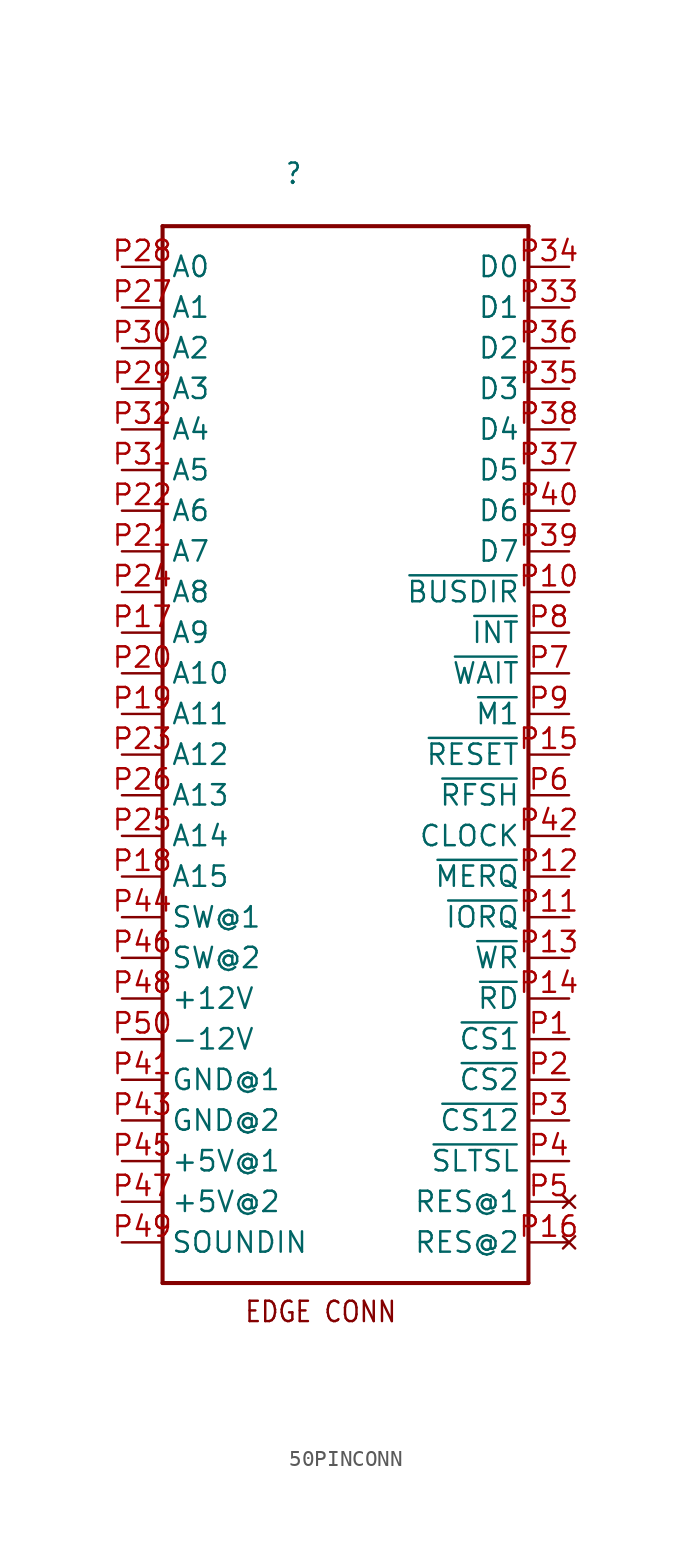
<source format=kicad_sym>
(kicad_symbol_lib
  (version 20211014)
  (generator kicad_symbol_editor)
  (symbol "50PINCONN"
    (property "Reference" ""
      (at -3.81 35.56 0)
      (effects (font (size 1.27 1.079)) (justify left bottom)))
    (property "ki_locked" ""
      (at 0 0 0)
      (effects (font (size 1.27 1.27))))
    (symbol "50PINCONN_1_0"
      (polyline (pts (xy -11.43 -33.02) (xy -11.43 33.02)) (stroke (width 0.254) (type default) (color 0 0 0 0)) (fill (type none)))
      (polyline (pts (xy -11.43 33.02) (xy 11.43 33.02)) (stroke (width 0.254) (type default) (color 0 0 0 0)) (fill (type none)))
      (polyline (pts (xy 11.43 -33.02) (xy -11.43 -33.02)) (stroke (width 0.254) (type default) (color 0 0 0 0)) (fill (type none)))
      (polyline (pts (xy 11.43 33.02) (xy 11.43 -33.02)) (stroke (width 0.254) (type default) (color 0 0 0 0)) (fill (type none)))
      (text "EDGE CONN" (at -6.35 -35.56 0) (effects (font (size 1.27 1.079)) (justify left bottom)))
      (pin output line (at 13.97 -17.78 180) (length 2.54) (name "~{CS1}" (effects (font (size 1.27 1.27)))) (number "P1" (effects (font (size 1.27 1.27)))))
      (pin input line (at 13.97 10.16 180) (length 2.54) (name "~{BUSDIR}" (effects (font (size 1.27 1.27)))) (number "P10" (effects (font (size 1.27 1.27)))))
      (pin output line (at 13.97 -10.16 180) (length 2.54) (name "~{IORQ}" (effects (font (size 1.27 1.27)))) (number "P11" (effects (font (size 1.27 1.27)))))
      (pin output line (at 13.97 -7.62 180) (length 2.54) (name "~{MERQ}" (effects (font (size 1.27 1.27)))) (number "P12" (effects (font (size 1.27 1.27)))))
      (pin output line (at 13.97 -12.7 180) (length 2.54) (name "~{WR}" (effects (font (size 1.27 1.27)))) (number "P13" (effects (font (size 1.27 1.27)))))
      (pin output line (at 13.97 -15.24 180) (length 2.54) (name "~{RD}" (effects (font (size 1.27 1.27)))) (number "P14" (effects (font (size 1.27 1.27)))))
      (pin output line (at 13.97 0 180) (length 2.54) (name "~{RESET}" (effects (font (size 1.27 1.27)))) (number "P15" (effects (font (size 1.27 1.27)))))
      (pin no_connect line (at 13.97 -30.48 180) (length 2.54) (name "RES@2" (effects (font (size 1.27 1.27)))) (number "P16" (effects (font (size 1.27 1.27)))))
      (pin output line (at -13.97 7.62 0) (length 2.54) (name "A9" (effects (font (size 1.27 1.27)))) (number "P17" (effects (font (size 1.27 1.27)))))
      (pin output line (at -13.97 -7.62 0) (length 2.54) (name "A15" (effects (font (size 1.27 1.27)))) (number "P18" (effects (font (size 1.27 1.27)))))
      (pin output line (at -13.97 2.54 0) (length 2.54) (name "A11" (effects (font (size 1.27 1.27)))) (number "P19" (effects (font (size 1.27 1.27)))))
      (pin output line (at 13.97 -20.32 180) (length 2.54) (name "~{CS2}" (effects (font (size 1.27 1.27)))) (number "P2" (effects (font (size 1.27 1.27)))))
      (pin output line (at -13.97 5.08 0) (length 2.54) (name "A10" (effects (font (size 1.27 1.27)))) (number "P20" (effects (font (size 1.27 1.27)))))
      (pin output line (at -13.97 12.7 0) (length 2.54) (name "A7" (effects (font (size 1.27 1.27)))) (number "P21" (effects (font (size 1.27 1.27)))))
      (pin output line (at -13.97 15.24 0) (length 2.54) (name "A6" (effects (font (size 1.27 1.27)))) (number "P22" (effects (font (size 1.27 1.27)))))
      (pin output line (at -13.97 0 0) (length 2.54) (name "A12" (effects (font (size 1.27 1.27)))) (number "P23" (effects (font (size 1.27 1.27)))))
      (pin output line (at -13.97 10.16 0) (length 2.54) (name "A8" (effects (font (size 1.27 1.27)))) (number "P24" (effects (font (size 1.27 1.27)))))
      (pin output line (at -13.97 -5.08 0) (length 2.54) (name "A14" (effects (font (size 1.27 1.27)))) (number "P25" (effects (font (size 1.27 1.27)))))
      (pin output line (at -13.97 -2.54 0) (length 2.54) (name "A13" (effects (font (size 1.27 1.27)))) (number "P26" (effects (font (size 1.27 1.27)))))
      (pin output line (at -13.97 27.94 0) (length 2.54) (name "A1" (effects (font (size 1.27 1.27)))) (number "P27" (effects (font (size 1.27 1.27)))))
      (pin output line (at -13.97 30.48 0) (length 2.54) (name "A0" (effects (font (size 1.27 1.27)))) (number "P28" (effects (font (size 1.27 1.27)))))
      (pin output line (at -13.97 22.86 0) (length 2.54) (name "A3" (effects (font (size 1.27 1.27)))) (number "P29" (effects (font (size 1.27 1.27)))))
      (pin output line (at 13.97 -22.86 180) (length 2.54) (name "~{CS12}" (effects (font (size 1.27 1.27)))) (number "P3" (effects (font (size 1.27 1.27)))))
      (pin output line (at -13.97 25.4 0) (length 2.54) (name "A2" (effects (font (size 1.27 1.27)))) (number "P30" (effects (font (size 1.27 1.27)))))
      (pin output line (at -13.97 17.78 0) (length 2.54) (name "A5" (effects (font (size 1.27 1.27)))) (number "P31" (effects (font (size 1.27 1.27)))))
      (pin output line (at -13.97 20.32 0) (length 2.54) (name "A4" (effects (font (size 1.27 1.27)))) (number "P32" (effects (font (size 1.27 1.27)))))
      (pin bidirectional line (at 13.97 27.94 180) (length 2.54) (name "D1" (effects (font (size 1.27 1.27)))) (number "P33" (effects (font (size 1.27 1.27)))))
      (pin bidirectional line (at 13.97 30.48 180) (length 2.54) (name "D0" (effects (font (size 1.27 1.27)))) (number "P34" (effects (font (size 1.27 1.27)))))
      (pin bidirectional line (at 13.97 22.86 180) (length 2.54) (name "D3" (effects (font (size 1.27 1.27)))) (number "P35" (effects (font (size 1.27 1.27)))))
      (pin bidirectional line (at 13.97 25.4 180) (length 2.54) (name "D2" (effects (font (size 1.27 1.27)))) (number "P36" (effects (font (size 1.27 1.27)))))
      (pin bidirectional line (at 13.97 17.78 180) (length 2.54) (name "D5" (effects (font (size 1.27 1.27)))) (number "P37" (effects (font (size 1.27 1.27)))))
      (pin bidirectional line (at 13.97 20.32 180) (length 2.54) (name "D4" (effects (font (size 1.27 1.27)))) (number "P38" (effects (font (size 1.27 1.27)))))
      (pin bidirectional line (at 13.97 12.7 180) (length 2.54) (name "D7" (effects (font (size 1.27 1.27)))) (number "P39" (effects (font (size 1.27 1.27)))))
      (pin output line (at 13.97 -25.4 180) (length 2.54) (name "~{SLTSL}" (effects (font (size 1.27 1.27)))) (number "P4" (effects (font (size 1.27 1.27)))))
      (pin bidirectional line (at 13.97 15.24 180) (length 2.54) (name "D6" (effects (font (size 1.27 1.27)))) (number "P40" (effects (font (size 1.27 1.27)))))
      (pin power_in line (at -13.97 -20.32 0) (length 2.54) (name "GND@1" (effects (font (size 1.27 1.27)))) (number "P41" (effects (font (size 1.27 1.27)))))
      (pin output line (at 13.97 -5.08 180) (length 2.54) (name "CLOCK" (effects (font (size 1.27 1.27)))) (number "P42" (effects (font (size 1.27 1.27)))))
      (pin power_in line (at -13.97 -22.86 0) (length 2.54) (name "GND@2" (effects (font (size 1.27 1.27)))) (number "P43" (effects (font (size 1.27 1.27)))))
      (pin passive line (at -13.97 -10.16 0) (length 2.54) (name "SW@1" (effects (font (size 1.27 1.27)))) (number "P44" (effects (font (size 1.27 1.27)))))
      (pin power_in line (at -13.97 -25.4 0) (length 2.54) (name "+5V@1" (effects (font (size 1.27 1.27)))) (number "P45" (effects (font (size 1.27 1.27)))))
      (pin passive line (at -13.97 -12.7 0) (length 2.54) (name "SW@2" (effects (font (size 1.27 1.27)))) (number "P46" (effects (font (size 1.27 1.27)))))
      (pin power_in line (at -13.97 -27.94 0) (length 2.54) (name "+5V@2" (effects (font (size 1.27 1.27)))) (number "P47" (effects (font (size 1.27 1.27)))))
      (pin power_in line (at -13.97 -15.24 0) (length 2.54) (name "+12V" (effects (font (size 1.27 1.27)))) (number "P48" (effects (font (size 1.27 1.27)))))
      (pin passive line (at -13.97 -30.48 0) (length 2.54) (name "SOUNDIN" (effects (font (size 1.27 1.27)))) (number "P49" (effects (font (size 1.27 1.27)))))
      (pin no_connect line (at 13.97 -27.94 180) (length 2.54) (name "RES@1" (effects (font (size 1.27 1.27)))) (number "P5" (effects (font (size 1.27 1.27)))))
      (pin power_in line (at -13.97 -17.78 0) (length 2.54) (name "-12V" (effects (font (size 1.27 1.27)))) (number "P50" (effects (font (size 1.27 1.27)))))
      (pin output line (at 13.97 -2.54 180) (length 2.54) (name "~{RFSH}" (effects (font (size 1.27 1.27)))) (number "P6" (effects (font (size 1.27 1.27)))))
      (pin open_collector line (at 13.97 5.08 180) (length 2.54) (name "~{WAIT}" (effects (font (size 1.27 1.27)))) (number "P7" (effects (font (size 1.27 1.27)))))
      (pin open_collector line (at 13.97 7.62 180) (length 2.54) (name "~{INT}" (effects (font (size 1.27 1.27)))) (number "P8" (effects (font (size 1.27 1.27)))))
      (pin output line (at 13.97 2.54 180) (length 2.54) (name "~{M1}" (effects (font (size 1.27 1.27)))) (number "P9" (effects (font (size 1.27 1.27))))))))
</source>
